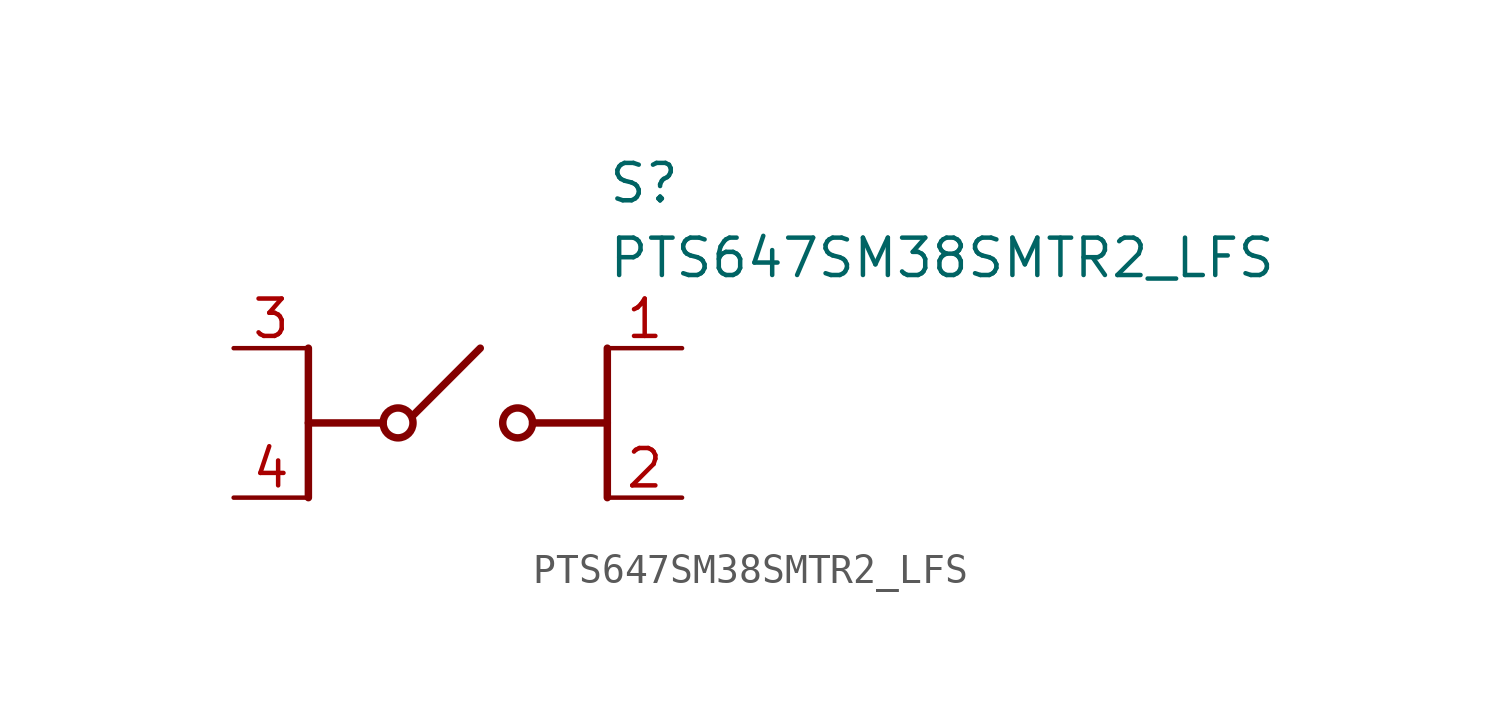
<source format=kicad_sym>
(kicad_symbol_lib
  (version 20211014)
  (generator SamacSys_ECAD_Model)
  (symbol "PTS647SM38SMTR2_LFS"
    (pin_names hide)
    (property "Reference" "S"
      (at 12.7 6.35 0)
      (effects (font (size 1.27 1.27)) (justify left top)))
    (property "Value" "PTS647SM38SMTR2_LFS"
      (at 12.7 3.81 0)
      (effects (font (size 1.27 1.27)) (justify left top)))
    (polyline
      (pts (xy 2.54 -5.08) (xy 2.54 0))
      (stroke (width 0.254) (type default))
      (fill (type none)))
    (polyline
      (pts (xy 2.54 -2.54) (xy 5.08 -2.54))
      (stroke (width 0.254) (type default))
      (fill (type none)))
    (polyline
      (pts (xy 10.16 -2.54) (xy 12.7 -2.54))
      (stroke (width 0.254) (type default))
      (fill (type none)))
    (polyline
      (pts (xy 12.7 -5.08) (xy 12.7 0))
      (stroke (width 0.254) (type default))
      (fill (type none)))
    (polyline
      (pts (xy 6.096 -2.286) (xy 8.382 0))
      (stroke (width 0.254) (type default))
      (fill (type none)))
    (circle
      (center 5.588 -2.54)
      (radius 0.508)
      (stroke (width 0.254) (type default))
      (fill (type none)))
    (circle
      (center 9.652 -2.54)
      (radius 0.508)
      (stroke (width 0.254) (type default))
      (fill (type none)))
    (pin passive line
      (at 0 0 0)
      (length 2.54)
      (name "COM_1" (effects (font (size 1.27 1.27))))
      (number "3" (effects (font (size 1.27 1.27)))))
    (pin passive line
      (at 0 -5.08 0)
      (length 2.54)
      (name "COM_2" (effects (font (size 1.27 1.27))))
      (number "4" (effects (font (size 1.27 1.27)))))
    (pin passive line
      (at 15.24 0 180)
      (length 2.54)
      (name "NO_1" (effects (font (size 1.27 1.27))))
      (number "1" (effects (font (size 1.27 1.27)))))
    (pin passive line
      (at 15.24 -5.08 180)
      (length 2.54)
      (name "NO_2" (effects (font (size 1.27 1.27))))
      (number "2" (effects (font (size 1.27 1.27)))))))
</source>
